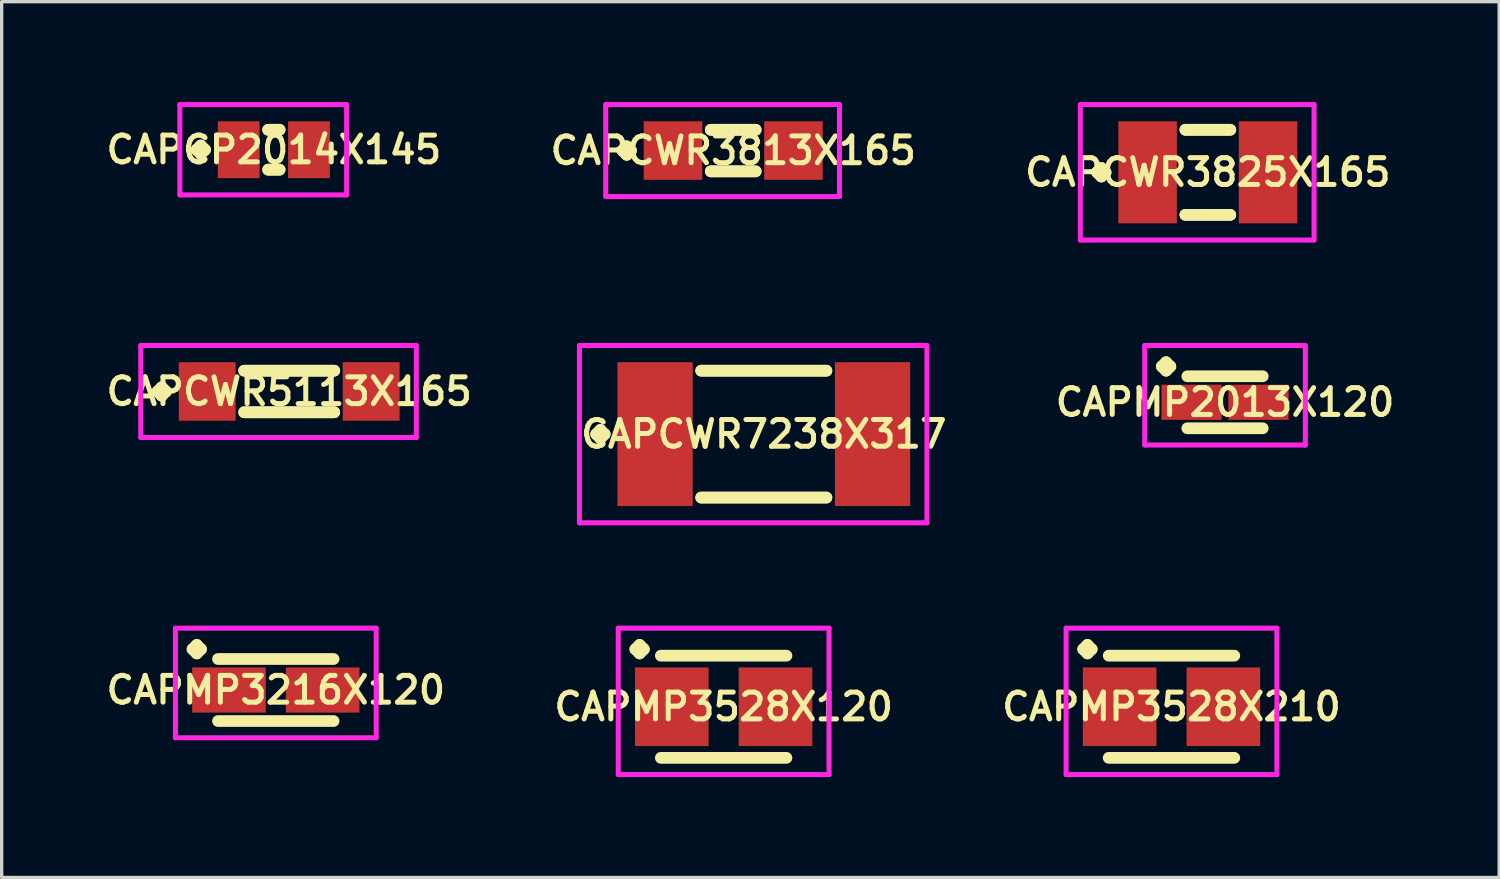
<source format=kicad_pcb>
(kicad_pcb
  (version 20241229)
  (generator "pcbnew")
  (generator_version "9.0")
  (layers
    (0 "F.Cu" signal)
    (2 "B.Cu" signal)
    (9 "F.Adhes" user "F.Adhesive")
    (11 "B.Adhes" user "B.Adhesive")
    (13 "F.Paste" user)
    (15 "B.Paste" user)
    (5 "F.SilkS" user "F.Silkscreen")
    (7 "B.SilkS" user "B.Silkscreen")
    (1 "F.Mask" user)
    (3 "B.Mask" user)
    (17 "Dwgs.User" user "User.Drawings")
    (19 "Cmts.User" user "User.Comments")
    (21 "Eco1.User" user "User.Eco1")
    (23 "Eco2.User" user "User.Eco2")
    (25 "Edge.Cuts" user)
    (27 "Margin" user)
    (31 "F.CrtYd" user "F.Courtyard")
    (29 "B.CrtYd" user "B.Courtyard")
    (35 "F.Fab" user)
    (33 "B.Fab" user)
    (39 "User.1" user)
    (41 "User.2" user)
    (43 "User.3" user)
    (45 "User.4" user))
  (footprint "CAPMP3216X120"
    (layer "F.Cu")
    (at 5.193 17.573)
    (property "Reference" "CAPMP3216X120" (at 0 0 0) (layer "F.SilkS") (effects (font (size 0.8 0.8) (thickness 0.15))))
    (attr smd)
    (fp_line (start -2.489 -1.221) (end -2.362 -1.348) (stroke (width 0.35) (type solid)) (layer "F.SilkS"))
    (fp_line (start -2.362 -1.348) (end -2.235 -1.221) (stroke (width 0.35) (type solid)) (layer "F.SilkS"))
    (fp_line (start -2.362 -1.094) (end -2.489 -1.221) (stroke (width 0.35) (type solid)) (layer "F.SilkS"))
    (fp_line (start -2.235 -1.221) (end -2.362 -1.094) (stroke (width 0.35) (type solid)) (layer "F.SilkS"))
    (fp_line (start -1.727 -0.927) (end 1.727 -0.927) (stroke (width 0.35) (type solid)) (layer "F.SilkS"))
    (fp_line (start -1.727 0.927) (end 1.727 0.927) (stroke (width 0.35) (type solid)) (layer "F.SilkS"))
    (fp_line (start -3 -1.848) (end 3 -1.848) (stroke (width 0.15) (type solid)) (layer "F.CrtYd"))
    (fp_line (start -3 1.427) (end -3 -1.848) (stroke (width 0.15) (type solid)) (layer "F.CrtYd"))
    (fp_line (start 3 -1.848) (end 3 1.427) (stroke (width 0.15) (type solid)) (layer "F.CrtYd"))
    (fp_line (start 3 1.427) (end -3 1.427) (stroke (width 0.15) (type solid)) (layer "F.CrtYd"))
    (pad "1" smd rect (at -1.4 0) (size 2.2 1.35) (layers "F.Cu" "F.Mask" "F.Paste"))
    (pad "2" smd rect (at 1.4 0) (size 2.2 1.35) (layers "F.Cu" "F.Mask" "F.Paste")))
  (footprint "CAPCWR3825X165"
    (layer "F.Cu")
    (at 33.049 2.1)
    (property "Reference" "CAPCWR3825X165" (at 0 0 0) (layer "F.SilkS") (effects (font (size 0.8 0.8) (thickness 0.15))))
    (attr smd)
    (fp_line (start -3.31 0) (end -3.183 -0.127) (stroke (width 0.35) (type solid)) (layer "F.SilkS"))
    (fp_line (start -3.183 -0.127) (end -3.056 0) (stroke (width 0.35) (type solid)) (layer "F.SilkS"))
    (fp_line (start -3.183 0.127) (end -3.31 0) (stroke (width 0.35) (type solid)) (layer "F.SilkS"))
    (fp_line (start -3.056 0) (end -3.183 0.127) (stroke (width 0.35) (type solid)) (layer "F.SilkS"))
    (fp_line (start -0.671 -1.271) (end 0.671 -1.271) (stroke (width 0.35) (type solid)) (layer "F.SilkS"))
    (fp_line (start -0.671 1.271) (end 0.671 1.271) (stroke (width 0.35) (type solid)) (layer "F.SilkS"))
    (fp_line (start 0.671 -1.271) (end -0.671 -1.271) (stroke (width 0.35) (type solid)) (layer "F.SilkS"))
    (fp_line (start 0.671 1.271) (end -0.671 1.271) (stroke (width 0.35) (type solid)) (layer "F.SilkS"))
    (fp_line (start -3.81 -2.025) (end 3.175 -2.025) (stroke (width 0.15) (type solid)) (layer "F.CrtYd"))
    (fp_line (start -3.81 2.025) (end -3.81 -2.025) (stroke (width 0.15) (type solid)) (layer "F.CrtYd"))
    (fp_line (start 3.175 -2.025) (end 3.175 2.025) (stroke (width 0.15) (type solid)) (layer "F.CrtYd"))
    (fp_line (start 3.175 2.025) (end -3.81 2.025) (stroke (width 0.15) (type solid)) (layer "F.CrtYd"))
    (pad "1" smd rect (at -1.8 0) (size 1.75 3.05) (layers "F.Cu" "F.Mask" "F.Paste"))
    (pad "2" smd rect (at 1.8 0) (size 1.75 3.05) (layers "F.Cu" "F.Mask" "F.Paste")))
  (footprint "CAPCWR3813X165"
    (layer "F.Cu")
    (at 18.864 1.45)
    (property "Reference" "CAPCWR3813X165" (at 0 0 0) (layer "F.SilkS") (effects (font (size 0.8 0.8) (thickness 0.15))))
    (attr smd)
    (fp_line (start -3.31 0) (end -3.183 -0.127) (stroke (width 0.35) (type solid)) (layer "F.SilkS"))
    (fp_line (start -3.183 -0.127) (end -3.056 0) (stroke (width 0.35) (type solid)) (layer "F.SilkS"))
    (fp_line (start -3.183 0.127) (end -3.31 0) (stroke (width 0.35) (type solid)) (layer "F.SilkS"))
    (fp_line (start -3.056 0) (end -3.183 0.127) (stroke (width 0.35) (type solid)) (layer "F.SilkS"))
    (fp_line (start -0.671 -0.621) (end 0.671 -0.621) (stroke (width 0.35) (type solid)) (layer "F.SilkS"))
    (fp_line (start -0.671 0.621) (end 0.671 0.621) (stroke (width 0.35) (type solid)) (layer "F.SilkS"))
    (fp_line (start 0.671 -0.621) (end -0.671 -0.621) (stroke (width 0.35) (type solid)) (layer "F.SilkS"))
    (fp_line (start 0.671 0.621) (end -0.671 0.621) (stroke (width 0.35) (type solid)) (layer "F.SilkS"))
    (fp_line (start -3.81 -1.375) (end 3.175 -1.375) (stroke (width 0.15) (type solid)) (layer "F.CrtYd"))
    (fp_line (start -3.81 1.375) (end -3.81 -1.375) (stroke (width 0.15) (type solid)) (layer "F.CrtYd"))
    (fp_line (start 3.175 -1.375) (end 3.175 1.375) (stroke (width 0.15) (type solid)) (layer "F.CrtYd"))
    (fp_line (start 3.175 1.375) (end -3.81 1.375) (stroke (width 0.15) (type solid)) (layer "F.CrtYd"))
    (pad "1" smd rect (at -1.8 0) (size 1.75 1.75) (layers "F.Cu" "F.Mask" "F.Paste"))
    (pad "2" smd rect (at 1.8 0) (size 1.75 1.75) (layers "F.Cu" "F.Mask" "F.Paste")))
  (footprint "CAPMP3528X120"
    (layer "F.Cu")
    (at 18.578 18.073)
    (property "Reference" "CAPMP3528X120" (at 0 0 0) (layer "F.SilkS") (effects (font (size 0.8 0.8) (thickness 0.15))))
    (attr smd)
    (fp_line (start -2.639 -1.721) (end -2.512 -1.848) (stroke (width 0.35) (type solid)) (layer "F.SilkS"))
    (fp_line (start -2.512 -1.848) (end -2.385 -1.721) (stroke (width 0.35) (type solid)) (layer "F.SilkS"))
    (fp_line (start -2.512 -1.594) (end -2.639 -1.721) (stroke (width 0.35) (type solid)) (layer "F.SilkS"))
    (fp_line (start -2.385 -1.721) (end -2.512 -1.594) (stroke (width 0.35) (type solid)) (layer "F.SilkS"))
    (fp_line (start -1.877 -1.527) (end 1.877 -1.527) (stroke (width 0.35) (type solid)) (layer "F.SilkS"))
    (fp_line (start -1.877 1.527) (end 1.877 1.527) (stroke (width 0.35) (type solid)) (layer "F.SilkS"))
    (fp_line (start -3.15 -2.348) (end 3.15 -2.348) (stroke (width 0.15) (type solid)) (layer "F.CrtYd"))
    (fp_line (start -3.15 2.027) (end -3.15 -2.348) (stroke (width 0.15) (type solid)) (layer "F.CrtYd"))
    (fp_line (start 3.15 -2.348) (end 3.15 2.027) (stroke (width 0.15) (type solid)) (layer "F.CrtYd"))
    (fp_line (start 3.15 2.027) (end -3.15 2.027) (stroke (width 0.15) (type solid)) (layer "F.CrtYd"))
    (pad "1" smd rect (at -1.55 0) (size 2.2 2.35) (layers "F.Cu" "F.Mask" "F.Paste"))
    (pad "2" smd rect (at 1.55 0) (size 2.2 2.35) (layers "F.Cu" "F.Mask" "F.Paste")))
  (footprint "CAPMP2013X120"
    (layer "F.Cu")
    (at 33.563 8.973)
    (property "Reference" "CAPMP2013X120" (at 0 0 0) (layer "F.SilkS") (effects (font (size 0.8 0.8) (thickness 0.15))))
    (attr smd)
    (fp_line (start -1.889 -1.071) (end -1.762 -1.198) (stroke (width 0.35) (type solid)) (layer "F.SilkS"))
    (fp_line (start -1.762 -1.198) (end -1.635 -1.071) (stroke (width 0.35) (type solid)) (layer "F.SilkS"))
    (fp_line (start -1.762 -0.944) (end -1.889 -1.071) (stroke (width 0.35) (type solid)) (layer "F.SilkS"))
    (fp_line (start -1.635 -1.071) (end -1.762 -0.944) (stroke (width 0.35) (type solid)) (layer "F.SilkS"))
    (fp_line (start -1.127 -0.777) (end 1.127 -0.777) (stroke (width 0.35) (type solid)) (layer "F.SilkS"))
    (fp_line (start -1.127 0.777) (end 1.127 0.777) (stroke (width 0.35) (type solid)) (layer "F.SilkS"))
    (fp_line (start -2.4 -1.698) (end 2.4 -1.698) (stroke (width 0.15) (type solid)) (layer "F.CrtYd"))
    (fp_line (start -2.4 1.277) (end -2.4 -1.698) (stroke (width 0.15) (type solid)) (layer "F.CrtYd"))
    (fp_line (start 2.4 -1.698) (end 2.4 1.277) (stroke (width 0.15) (type solid)) (layer "F.CrtYd"))
    (fp_line (start 2.4 1.277) (end -2.4 1.277) (stroke (width 0.15) (type solid)) (layer "F.CrtYd"))
    (pad "1" smd rect (at -1 0) (size 1.8 1.05) (layers "F.Cu" "F.Mask" "F.Paste"))
    (pad "2" smd rect (at 1 0) (size 1.8 1.05) (layers "F.Cu" "F.Mask" "F.Paste")))
  (footprint "CAPCP2014X145"
    (layer "F.Cu")
    (at 5.135 1.425)
    (property "Reference" "CAPCP2014X145" (at 0 0 0) (layer "F.SilkS") (effects (font (size 0.8 0.8) (thickness 0.15))))
    (attr smd)
    (fp_line (start -2.31 0) (end -2.183 -0.127) (stroke (width 0.35) (type solid)) (layer "F.SilkS"))
    (fp_line (start -2.183 -0.127) (end -2.056 0) (stroke (width 0.35) (type solid)) (layer "F.SilkS"))
    (fp_line (start -2.183 0.127) (end -2.31 0) (stroke (width 0.35) (type solid)) (layer "F.SilkS"))
    (fp_line (start -2.056 0) (end -2.183 0.127) (stroke (width 0.35) (type solid)) (layer "F.SilkS"))
    (fp_line (start -0.171 -0.596) (end 0.171 -0.596) (stroke (width 0.35) (type solid)) (layer "F.SilkS"))
    (fp_line (start -0.171 0.596) (end 0.171 0.596) (stroke (width 0.35) (type solid)) (layer "F.SilkS"))
    (fp_line (start 0.171 -0.596) (end -0.171 -0.596) (stroke (width 0.35) (type solid)) (layer "F.SilkS"))
    (fp_line (start 0.171 0.596) (end -0.171 0.596) (stroke (width 0.35) (type solid)) (layer "F.SilkS"))
    (fp_line (start -2.81 -1.35) (end 2.175 -1.35) (stroke (width 0.15) (type solid)) (layer "F.CrtYd"))
    (fp_line (start -2.81 1.35) (end -2.81 -1.35) (stroke (width 0.15) (type solid)) (layer "F.CrtYd"))
    (fp_line (start 2.175 -1.35) (end 2.175 1.35) (stroke (width 0.15) (type solid)) (layer "F.CrtYd"))
    (fp_line (start 2.175 1.35) (end -2.81 1.35) (stroke (width 0.15) (type solid)) (layer "F.CrtYd"))
    (pad "1" smd rect (at -1.05 0) (size 1.25 1.7) (layers "F.Cu" "F.Mask" "F.Paste"))
    (pad "2" smd rect (at 1.05 0) (size 1.25 1.7) (layers "F.Cu" "F.Mask" "F.Paste")))
  (footprint "CAPCWR7238X317"
    (layer "F.Cu")
    (at 19.778 9.925)
    (property "Reference" "CAPCWR7238X317" (at 0 0 0) (layer "F.SilkS") (effects (font (size 0.8 0.8) (thickness 0.15))))
    (attr smd)
    (fp_line (start -5.01 0) (end -4.883 -0.127) (stroke (width 0.35) (type solid)) (layer "F.SilkS"))
    (fp_line (start -4.883 -0.127) (end -4.756 0) (stroke (width 0.35) (type solid)) (layer "F.SilkS"))
    (fp_line (start -4.883 0.127) (end -5.01 0) (stroke (width 0.35) (type solid)) (layer "F.SilkS"))
    (fp_line (start -4.756 0) (end -4.883 0.127) (stroke (width 0.35) (type solid)) (layer "F.SilkS"))
    (fp_line (start -1.871 -1.896) (end 1.871 -1.896) (stroke (width 0.35) (type solid)) (layer "F.SilkS"))
    (fp_line (start -1.871 1.896) (end 1.871 1.896) (stroke (width 0.35) (type solid)) (layer "F.SilkS"))
    (fp_line (start 1.871 -1.896) (end -1.871 -1.896) (stroke (width 0.35) (type solid)) (layer "F.SilkS"))
    (fp_line (start 1.871 1.896) (end -1.871 1.896) (stroke (width 0.35) (type solid)) (layer "F.SilkS"))
    (fp_line (start -5.51 -2.65) (end 4.875 -2.65) (stroke (width 0.15) (type solid)) (layer "F.CrtYd"))
    (fp_line (start -5.51 2.65) (end -5.51 -2.65) (stroke (width 0.15) (type solid)) (layer "F.CrtYd"))
    (fp_line (start 4.875 -2.65) (end 4.875 2.65) (stroke (width 0.15) (type solid)) (layer "F.CrtYd"))
    (fp_line (start 4.875 2.65) (end -5.51 2.65) (stroke (width 0.15) (type solid)) (layer "F.CrtYd"))
    (pad "1" smd rect (at -3.25 0) (size 2.25 4.3) (layers "F.Cu" "F.Mask" "F.Paste"))
    (pad "2" smd rect (at 3.25 0) (size 2.25 4.3) (layers "F.Cu" "F.Mask" "F.Paste")))
  (footprint "CAPCWR5113X165"
    (layer "F.Cu")
    (at 5.593 8.65)
    (property "Reference" "CAPCWR5113X165" (at 0 0 0) (layer "F.SilkS") (effects (font (size 0.8 0.8) (thickness 0.15))))
    (attr smd)
    (fp_line (start -3.935 0) (end -3.808 -0.127) (stroke (width 0.35) (type solid)) (layer "F.SilkS"))
    (fp_line (start -3.808 -0.127) (end -3.681 0) (stroke (width 0.35) (type solid)) (layer "F.SilkS"))
    (fp_line (start -3.808 0.127) (end -3.935 0) (stroke (width 0.35) (type solid)) (layer "F.SilkS"))
    (fp_line (start -3.681 0) (end -3.808 0.127) (stroke (width 0.35) (type solid)) (layer "F.SilkS"))
    (fp_line (start -1.346 -0.621) (end 1.346 -0.621) (stroke (width 0.35) (type solid)) (layer "F.SilkS"))
    (fp_line (start -1.346 0.621) (end 1.346 0.621) (stroke (width 0.35) (type solid)) (layer "F.SilkS"))
    (fp_line (start 1.346 -0.621) (end -1.346 -0.621) (stroke (width 0.35) (type solid)) (layer "F.SilkS"))
    (fp_line (start 1.346 0.621) (end -1.346 0.621) (stroke (width 0.35) (type solid)) (layer "F.SilkS"))
    (fp_line (start -4.435 -1.375) (end 3.8 -1.375) (stroke (width 0.15) (type solid)) (layer "F.CrtYd"))
    (fp_line (start -4.435 1.375) (end -4.435 -1.375) (stroke (width 0.15) (type solid)) (layer "F.CrtYd"))
    (fp_line (start 3.8 -1.375) (end 3.8 1.375) (stroke (width 0.15) (type solid)) (layer "F.CrtYd"))
    (fp_line (start 3.8 1.375) (end -4.435 1.375) (stroke (width 0.15) (type solid)) (layer "F.CrtYd"))
    (pad "1" smd rect (at -2.45 0) (size 1.7 1.75) (layers "F.Cu" "F.Mask" "F.Paste"))
    (pad "2" smd rect (at 2.45 0) (size 1.7 1.75) (layers "F.Cu" "F.Mask" "F.Paste")))
  (footprint "CAPMP3528X210"
    (layer "F.Cu")
    (at 31.963 18.073)
    (property "Reference" "CAPMP3528X210" (at 0 0 0) (layer "F.SilkS") (effects (font (size 0.8 0.8) (thickness 0.15))))
    (attr smd)
    (fp_line (start -2.639 -1.721) (end -2.512 -1.848) (stroke (width 0.35) (type solid)) (layer "F.SilkS"))
    (fp_line (start -2.512 -1.848) (end -2.385 -1.721) (stroke (width 0.35) (type solid)) (layer "F.SilkS"))
    (fp_line (start -2.512 -1.594) (end -2.639 -1.721) (stroke (width 0.35) (type solid)) (layer "F.SilkS"))
    (fp_line (start -2.385 -1.721) (end -2.512 -1.594) (stroke (width 0.35) (type solid)) (layer "F.SilkS"))
    (fp_line (start -1.877 -1.527) (end 1.877 -1.527) (stroke (width 0.35) (type solid)) (layer "F.SilkS"))
    (fp_line (start -1.877 1.527) (end 1.877 1.527) (stroke (width 0.35) (type solid)) (layer "F.SilkS"))
    (fp_line (start -3.15 -2.348) (end 3.15 -2.348) (stroke (width 0.15) (type solid)) (layer "F.CrtYd"))
    (fp_line (start -3.15 2.027) (end -3.15 -2.348) (stroke (width 0.15) (type solid)) (layer "F.CrtYd"))
    (fp_line (start 3.15 -2.348) (end 3.15 2.027) (stroke (width 0.15) (type solid)) (layer "F.CrtYd"))
    (fp_line (start 3.15 2.027) (end -3.15 2.027) (stroke (width 0.15) (type solid)) (layer "F.CrtYd"))
    (pad "1" smd rect (at -1.55 0) (size 2.2 2.35) (layers "F.Cu" "F.Mask" "F.Paste"))
    (pad "2" smd rect (at 1.55 0) (size 2.2 2.35) (layers "F.Cu" "F.Mask" "F.Paste")))
  (gr_rect
    (start -3 -3)
    (end 41.756 23.175)
    (stroke (width 0.1) (type default))
    (fill no)
    (layer "Edge.Cuts")))
</source>
